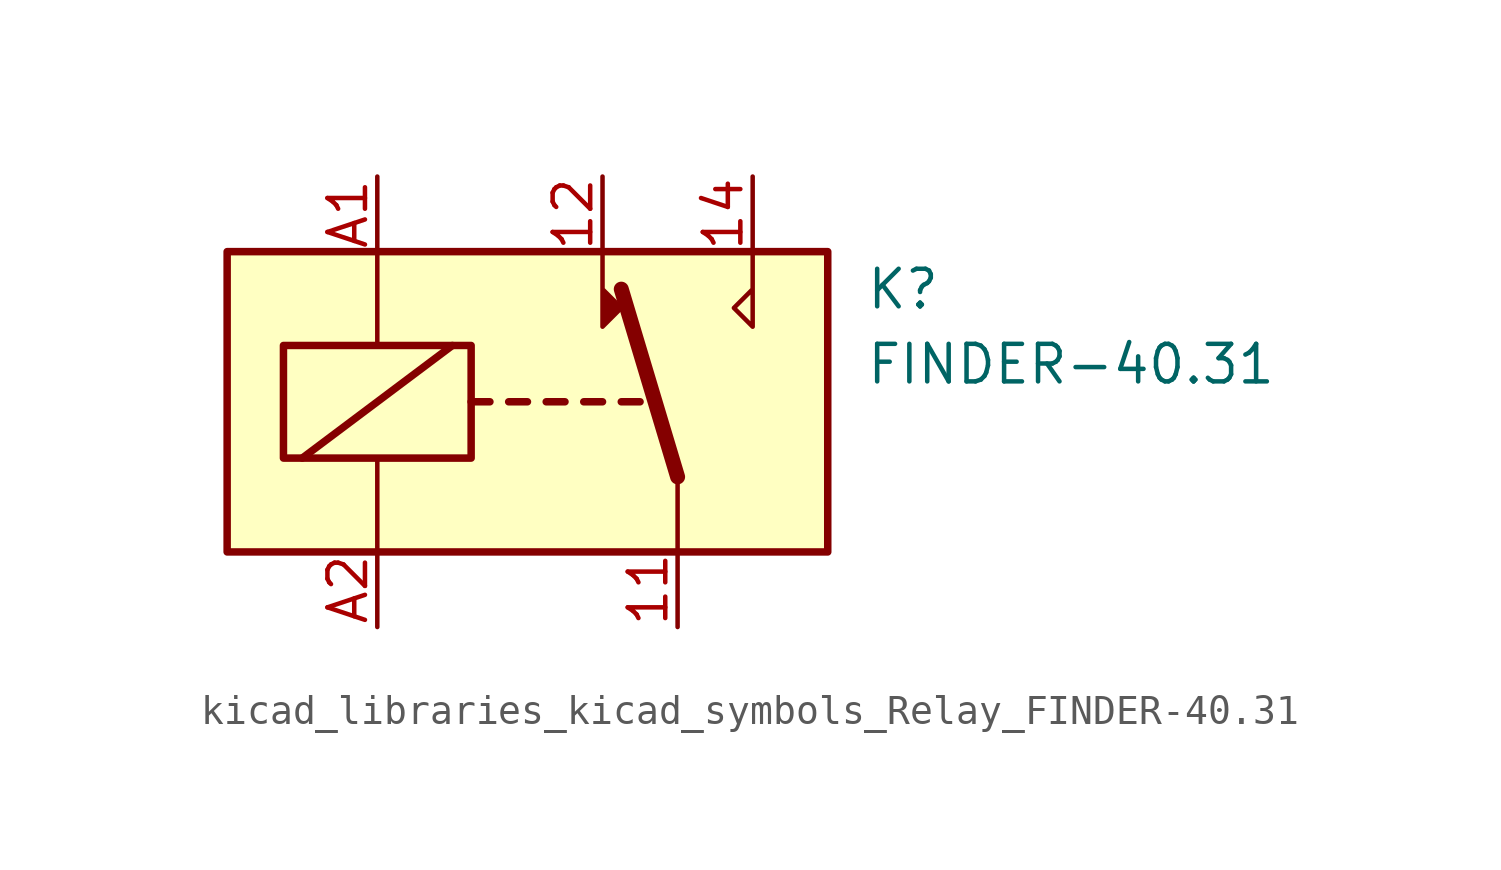
<source format=kicad_sym>
(kicad_symbol_lib
  (version 20220914)
  (generator kicad_symbol_editor)
  (symbol "kicad_libraries_kicad_symbols_Relay_FINDER-40.31"
    (property "Reference" "K"
      (at 11.43 3.81 0)
      (effects (font (size 1.27 1.27)) (justify left)))
    (property "Value" "FINDER-40.31"
      (at 11.43 1.27 0)
      (effects (font (size 1.27 1.27)) (justify left)))
    (symbol "kicad_libraries_kicad_symbols_Relay_FINDER-40.31_0_0"
      (polyline (pts (xy 7.62 5.08) (xy 7.62 2.54) (xy 6.985 3.175) (xy 7.62 3.81)) (stroke (width 0) (type default)) (fill (type none))))
    (symbol "kicad_libraries_kicad_symbols_Relay_FINDER-40.31_0_1"
      (rectangle (start -10.16 5.08) (end 10.16 -5.08) (stroke (width 0.254) (type default)) (fill (type background)))
      (rectangle (start -8.255 1.905) (end -1.905 -1.905) (stroke (width 0.254) (type default)) (fill (type none)))
      (polyline (pts (xy -7.62 -1.905) (xy -2.54 1.905)) (stroke (width 0.254) (type default)) (fill (type none)))
      (polyline (pts (xy -5.08 -5.08) (xy -5.08 -1.905)) (stroke (width 0) (type default)) (fill (type none)))
      (polyline (pts (xy -5.08 5.08) (xy -5.08 1.905)) (stroke (width 0) (type default)) (fill (type none)))
      (polyline (pts (xy -1.905 0) (xy -1.27 0)) (stroke (width 0.254) (type default)) (fill (type none)))
      (polyline (pts (xy -0.635 0) (xy 0 0)) (stroke (width 0.254) (type default)) (fill (type none)))
      (polyline (pts (xy 0.635 0) (xy 1.27 0)) (stroke (width 0.254) (type default)) (fill (type none)))
      (polyline (pts (xy 1.905 0) (xy 2.54 0)) (stroke (width 0.254) (type default)) (fill (type none)))
      (polyline (pts (xy 3.175 0) (xy 3.81 0)) (stroke (width 0.254) (type default)) (fill (type none)))
      (polyline (pts (xy 5.08 -2.54) (xy 3.175 3.81)) (stroke (width 0.508) (type default)) (fill (type none)))
      (polyline (pts (xy 5.08 -2.54) (xy 5.08 -5.08)) (stroke (width 0) (type default)) (fill (type none)))
      (polyline (pts (xy 2.54 5.08) (xy 2.54 2.54) (xy 3.175 3.175) (xy 2.54 3.81)) (stroke (width 0) (type default)) (fill (type outline))))
    (symbol "kicad_libraries_kicad_symbols_Relay_FINDER-40.31_1_1"
      (pin passive line (at 5.08 -7.62 90) (length 2.54) (name "~" (effects (font (size 1.27 1.27)))) (number "11" (effects (font (size 1.27 1.27)))))
      (pin passive line (at 2.54 7.62 270) (length 2.54) (name "~" (effects (font (size 1.27 1.27)))) (number "12" (effects (font (size 1.27 1.27)))))
      (pin passive line (at 7.62 7.62 270) (length 2.54) (name "~" (effects (font (size 1.27 1.27)))) (number "14" (effects (font (size 1.27 1.27)))))
      (pin passive line (at -5.08 7.62 270) (length 2.54) (name "~" (effects (font (size 1.27 1.27)))) (number "A1" (effects (font (size 1.27 1.27)))))
      (pin passive line (at -5.08 -7.62 90) (length 2.54) (name "~" (effects (font (size 1.27 1.27)))) (number "A2" (effects (font (size 1.27 1.27))))))))
</source>
